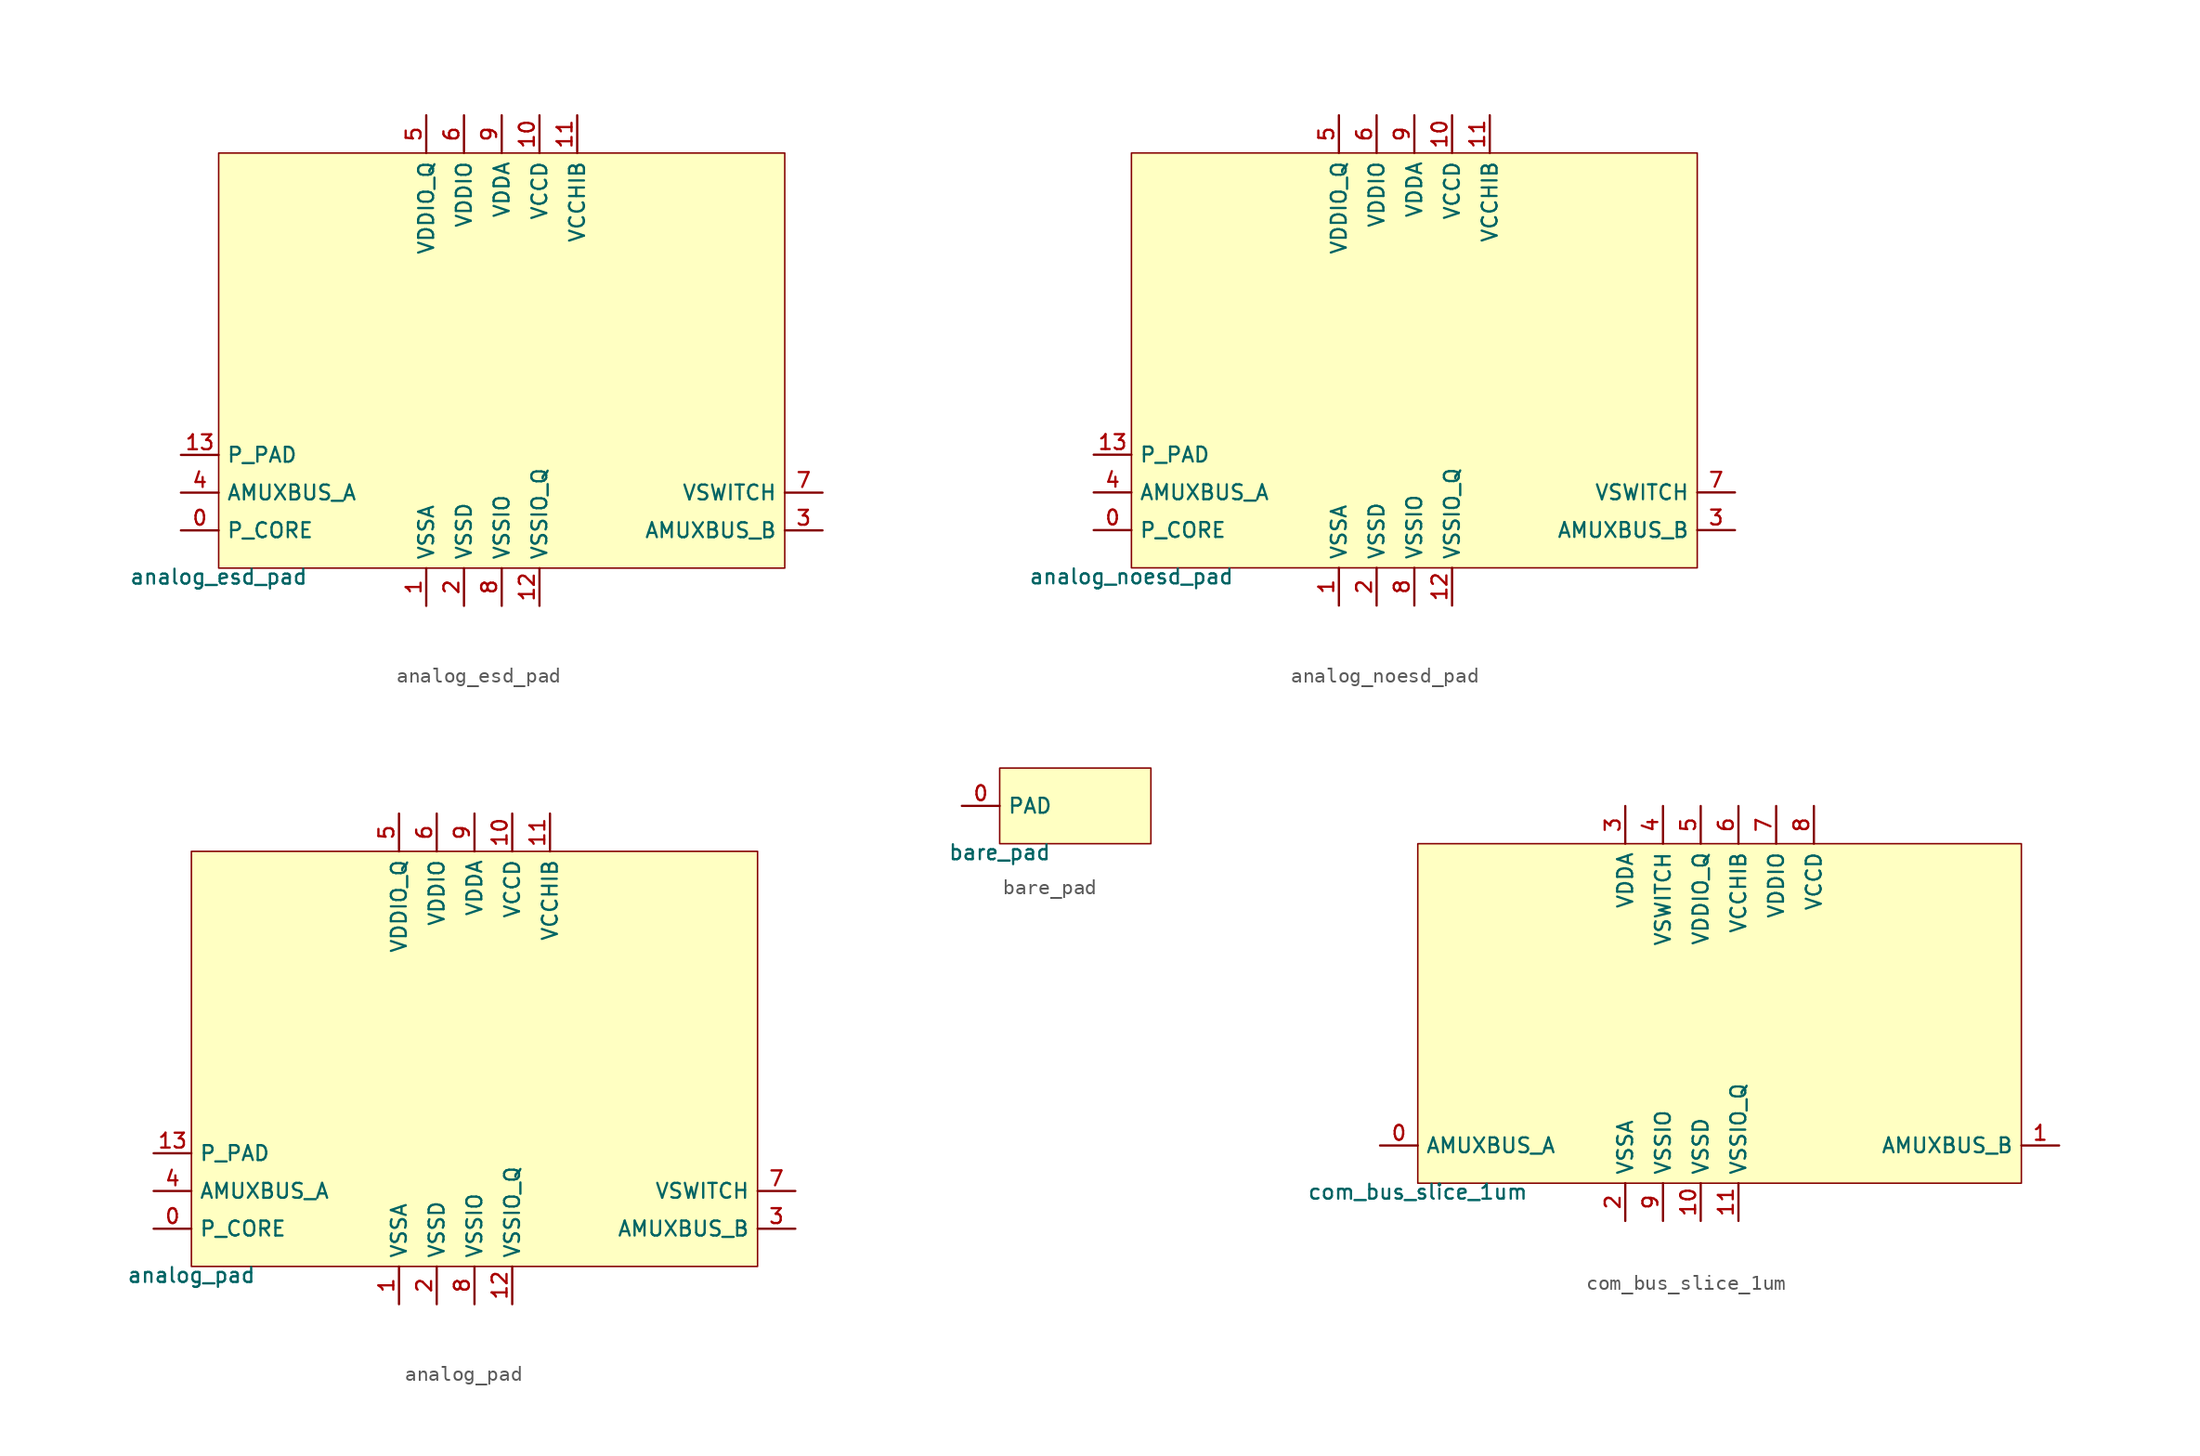
<source format=kicad_sym>
(kicad_symbol_lib
  (version 20211014)
  (generator pdk2kicad)
  (symbol "analog_esd_pad"
    (property "Reference" "X"
      (at 0 0 0)
      (effects (font (size 1 1)) hide))
    (property "Value" "analog_esd_pad"
      (at -19.05 -13.97 0)
      (effects (font (size 1 1)) (justify top)))
    (rectangle
      (start -19.05 -13.97)
      (end 19.05 13.97)
      (stroke (width 0.1) (type solid) (color 0 0 0 0))
      (fill (type background)))
    (pin bidirectional line
      (at -21.59 -11.43 0)
      (length 2.54)
      (name "P_CORE" (effects (font (size 1 1)) hide))
      (number "0" (effects (font (size 1 1)) hide)))
    (pin power_in line
      (at -5.08 -16.51 90)
      (length 2.54)
      (name "VSSA" (effects (font (size 1 1)) hide))
      (number "1" (effects (font (size 1 1)) hide)))
    (pin power_in line
      (at -2.54 -16.51 90)
      (length 2.54)
      (name "VSSD" (effects (font (size 1 1)) hide))
      (number "2" (effects (font (size 1 1)) hide)))
    (pin bidirectional line
      (at 21.59 -11.43 180)
      (length 2.54)
      (name "AMUXBUS_B" (effects (font (size 1 1)) hide))
      (number "3" (effects (font (size 1 1)) hide)))
    (pin bidirectional line
      (at -21.59 -8.89 0)
      (length 2.54)
      (name "AMUXBUS_A" (effects (font (size 1 1)) hide))
      (number "4" (effects (font (size 1 1)) hide)))
    (pin power_in line
      (at -5.08 16.51 270)
      (length 2.54)
      (name "VDDIO_Q" (effects (font (size 1 1)) hide))
      (number "5" (effects (font (size 1 1)) hide)))
    (pin power_in line
      (at -2.54 16.51 270)
      (length 2.54)
      (name "VDDIO" (effects (font (size 1 1)) hide))
      (number "6" (effects (font (size 1 1)) hide)))
    (pin bidirectional line
      (at 21.59 -8.89 180)
      (length 2.54)
      (name "VSWITCH" (effects (font (size 1 1)) hide))
      (number "7" (effects (font (size 1 1)) hide)))
    (pin power_in line
      (at 3.552713678800501e-15 -16.51 90)
      (length 2.54)
      (name "VSSIO" (effects (font (size 1 1)) hide))
      (number "8" (effects (font (size 1 1)) hide)))
    (pin power_in line
      (at 3.552713678800501e-15 16.51 270)
      (length 2.54)
      (name "VDDA" (effects (font (size 1 1)) hide))
      (number "9" (effects (font (size 1 1)) hide)))
    (pin power_in line
      (at 2.54 16.51 270)
      (length 2.54)
      (name "VCCD" (effects (font (size 1 1)) hide))
      (number "10" (effects (font (size 1 1)) hide)))
    (pin power_in line
      (at 5.08 16.51 270)
      (length 2.54)
      (name "VCCHIB" (effects (font (size 1 1)) hide))
      (number "11" (effects (font (size 1 1)) hide)))
    (pin power_in line
      (at 2.54 -16.51 90)
      (length 2.54)
      (name "VSSIO_Q" (effects (font (size 1 1)) hide))
      (number "12" (effects (font (size 1 1)) hide)))
    (pin bidirectional line
      (at -21.59 -6.35 0)
      (length 2.54)
      (name "P_PAD" (effects (font (size 1 1)) hide))
      (number "13" (effects (font (size 1 1)) hide))))
  (symbol "analog_noesd_pad"
    (property "Reference" "X"
      (at 0 0 0)
      (effects (font (size 1 1)) hide))
    (property "Value" "analog_noesd_pad"
      (at -19.05 -13.97 0)
      (effects (font (size 1 1)) (justify top)))
    (rectangle
      (start -19.05 -13.97)
      (end 19.05 13.97)
      (stroke (width 0.1) (type solid) (color 0 0 0 0))
      (fill (type background)))
    (pin bidirectional line
      (at -21.59 -11.43 0)
      (length 2.54)
      (name "P_CORE" (effects (font (size 1 1)) hide))
      (number "0" (effects (font (size 1 1)) hide)))
    (pin power_in line
      (at -5.08 -16.51 90)
      (length 2.54)
      (name "VSSA" (effects (font (size 1 1)) hide))
      (number "1" (effects (font (size 1 1)) hide)))
    (pin power_in line
      (at -2.54 -16.51 90)
      (length 2.54)
      (name "VSSD" (effects (font (size 1 1)) hide))
      (number "2" (effects (font (size 1 1)) hide)))
    (pin bidirectional line
      (at 21.59 -11.43 180)
      (length 2.54)
      (name "AMUXBUS_B" (effects (font (size 1 1)) hide))
      (number "3" (effects (font (size 1 1)) hide)))
    (pin bidirectional line
      (at -21.59 -8.89 0)
      (length 2.54)
      (name "AMUXBUS_A" (effects (font (size 1 1)) hide))
      (number "4" (effects (font (size 1 1)) hide)))
    (pin power_in line
      (at -5.08 16.51 270)
      (length 2.54)
      (name "VDDIO_Q" (effects (font (size 1 1)) hide))
      (number "5" (effects (font (size 1 1)) hide)))
    (pin power_in line
      (at -2.54 16.51 270)
      (length 2.54)
      (name "VDDIO" (effects (font (size 1 1)) hide))
      (number "6" (effects (font (size 1 1)) hide)))
    (pin bidirectional line
      (at 21.59 -8.89 180)
      (length 2.54)
      (name "VSWITCH" (effects (font (size 1 1)) hide))
      (number "7" (effects (font (size 1 1)) hide)))
    (pin power_in line
      (at 3.552713678800501e-15 -16.51 90)
      (length 2.54)
      (name "VSSIO" (effects (font (size 1 1)) hide))
      (number "8" (effects (font (size 1 1)) hide)))
    (pin power_in line
      (at 3.552713678800501e-15 16.51 270)
      (length 2.54)
      (name "VDDA" (effects (font (size 1 1)) hide))
      (number "9" (effects (font (size 1 1)) hide)))
    (pin power_in line
      (at 2.54 16.51 270)
      (length 2.54)
      (name "VCCD" (effects (font (size 1 1)) hide))
      (number "10" (effects (font (size 1 1)) hide)))
    (pin power_in line
      (at 5.08 16.51 270)
      (length 2.54)
      (name "VCCHIB" (effects (font (size 1 1)) hide))
      (number "11" (effects (font (size 1 1)) hide)))
    (pin power_in line
      (at 2.54 -16.51 90)
      (length 2.54)
      (name "VSSIO_Q" (effects (font (size 1 1)) hide))
      (number "12" (effects (font (size 1 1)) hide)))
    (pin bidirectional line
      (at -21.59 -6.35 0)
      (length 2.54)
      (name "P_PAD" (effects (font (size 1 1)) hide))
      (number "13" (effects (font (size 1 1)) hide))))
  (symbol "analog_pad"
    (property "Reference" "X"
      (at 0 0 0)
      (effects (font (size 1 1)) hide))
    (property "Value" "analog_pad"
      (at -19.05 -13.97 0)
      (effects (font (size 1 1)) (justify top)))
    (rectangle
      (start -19.05 -13.97)
      (end 19.05 13.97)
      (stroke (width 0.1) (type solid) (color 0 0 0 0))
      (fill (type background)))
    (pin bidirectional line
      (at -21.59 -11.43 0)
      (length 2.54)
      (name "P_CORE" (effects (font (size 1 1)) hide))
      (number "0" (effects (font (size 1 1)) hide)))
    (pin power_in line
      (at -5.08 -16.51 90)
      (length 2.54)
      (name "VSSA" (effects (font (size 1 1)) hide))
      (number "1" (effects (font (size 1 1)) hide)))
    (pin power_in line
      (at -2.54 -16.51 90)
      (length 2.54)
      (name "VSSD" (effects (font (size 1 1)) hide))
      (number "2" (effects (font (size 1 1)) hide)))
    (pin bidirectional line
      (at 21.59 -11.43 180)
      (length 2.54)
      (name "AMUXBUS_B" (effects (font (size 1 1)) hide))
      (number "3" (effects (font (size 1 1)) hide)))
    (pin bidirectional line
      (at -21.59 -8.89 0)
      (length 2.54)
      (name "AMUXBUS_A" (effects (font (size 1 1)) hide))
      (number "4" (effects (font (size 1 1)) hide)))
    (pin power_in line
      (at -5.08 16.51 270)
      (length 2.54)
      (name "VDDIO_Q" (effects (font (size 1 1)) hide))
      (number "5" (effects (font (size 1 1)) hide)))
    (pin power_in line
      (at -2.54 16.51 270)
      (length 2.54)
      (name "VDDIO" (effects (font (size 1 1)) hide))
      (number "6" (effects (font (size 1 1)) hide)))
    (pin bidirectional line
      (at 21.59 -8.89 180)
      (length 2.54)
      (name "VSWITCH" (effects (font (size 1 1)) hide))
      (number "7" (effects (font (size 1 1)) hide)))
    (pin power_in line
      (at 3.552713678800501e-15 -16.51 90)
      (length 2.54)
      (name "VSSIO" (effects (font (size 1 1)) hide))
      (number "8" (effects (font (size 1 1)) hide)))
    (pin power_in line
      (at 3.552713678800501e-15 16.51 270)
      (length 2.54)
      (name "VDDA" (effects (font (size 1 1)) hide))
      (number "9" (effects (font (size 1 1)) hide)))
    (pin power_in line
      (at 2.54 16.51 270)
      (length 2.54)
      (name "VCCD" (effects (font (size 1 1)) hide))
      (number "10" (effects (font (size 1 1)) hide)))
    (pin power_in line
      (at 5.08 16.51 270)
      (length 2.54)
      (name "VCCHIB" (effects (font (size 1 1)) hide))
      (number "11" (effects (font (size 1 1)) hide)))
    (pin power_in line
      (at 2.54 -16.51 90)
      (length 2.54)
      (name "VSSIO_Q" (effects (font (size 1 1)) hide))
      (number "12" (effects (font (size 1 1)) hide)))
    (pin bidirectional line
      (at -21.59 -6.35 0)
      (length 2.54)
      (name "P_PAD" (effects (font (size 1 1)) hide))
      (number "13" (effects (font (size 1 1)) hide))))
  (symbol "bare_pad"
    (property "Reference" "X"
      (at 0 0 0)
      (effects (font (size 1 1)) hide))
    (property "Value" "bare_pad"
      (at -5.08 -2.54 0)
      (effects (font (size 1 1)) (justify top)))
    (rectangle
      (start -5.08 -2.54)
      (end 5.08 2.54)
      (stroke (width 0.1) (type solid) (color 0 0 0 0))
      (fill (type background)))
    (pin bidirectional line
      (at -7.62 0.0 0)
      (length 2.54)
      (name "PAD" (effects (font (size 1 1)) hide))
      (number "0" (effects (font (size 1 1)) hide))))
  (symbol "com_bus_slice_1um"
    (property "Reference" "X"
      (at 0 0 0)
      (effects (font (size 1 1)) hide))
    (property "Value" "com_bus_slice_1um"
      (at -20.32 -11.43 0)
      (effects (font (size 1 1)) (justify top)))
    (rectangle
      (start -20.32 -11.43)
      (end 20.32 11.43)
      (stroke (width 0.1) (type solid) (color 0 0 0 0))
      (fill (type background)))
    (pin bidirectional line
      (at -22.86 -8.89 0)
      (length 2.54)
      (name "AMUXBUS_A" (effects (font (size 1 1)) hide))
      (number "0" (effects (font (size 1 1)) hide)))
    (pin bidirectional line
      (at 22.86 -8.89 180)
      (length 2.54)
      (name "AMUXBUS_B" (effects (font (size 1 1)) hide))
      (number "1" (effects (font (size 1 1)) hide)))
    (pin power_in line
      (at -6.35 -13.97 90)
      (length 2.54)
      (name "VSSA" (effects (font (size 1 1)) hide))
      (number "2" (effects (font (size 1 1)) hide)))
    (pin power_in line
      (at -6.35 13.97 270)
      (length 2.54)
      (name "VDDA" (effects (font (size 1 1)) hide))
      (number "3" (effects (font (size 1 1)) hide)))
    (pin power_in line
      (at -3.81 13.97 270)
      (length 2.54)
      (name "VSWITCH" (effects (font (size 1 1)) hide))
      (number "4" (effects (font (size 1 1)) hide)))
    (pin power_in line
      (at -1.27 13.97 270)
      (length 2.54)
      (name "VDDIO_Q" (effects (font (size 1 1)) hide))
      (number "5" (effects (font (size 1 1)) hide)))
    (pin power_in line
      (at 1.27 13.97 270)
      (length 2.54)
      (name "VCCHIB" (effects (font (size 1 1)) hide))
      (number "6" (effects (font (size 1 1)) hide)))
    (pin power_in line
      (at 3.81 13.97 270)
      (length 2.54)
      (name "VDDIO" (effects (font (size 1 1)) hide))
      (number "7" (effects (font (size 1 1)) hide)))
    (pin power_in line
      (at 6.35 13.97 270)
      (length 2.54)
      (name "VCCD" (effects (font (size 1 1)) hide))
      (number "8" (effects (font (size 1 1)) hide)))
    (pin power_in line
      (at -3.81 -13.97 90)
      (length 2.54)
      (name "VSSIO" (effects (font (size 1 1)) hide))
      (number "9" (effects (font (size 1 1)) hide)))
    (pin power_in line
      (at -1.27 -13.97 90)
      (length 2.54)
      (name "VSSD" (effects (font (size 1 1)) hide))
      (number "10" (effects (font (size 1 1)) hide)))
    (pin power_in line
      (at 1.27 -13.97 90)
      (length 2.54)
      (name "VSSIO_Q" (effects (font (size 1 1)) hide))
      (number "11" (effects (font (size 1 1)) hide)))))
</source>
